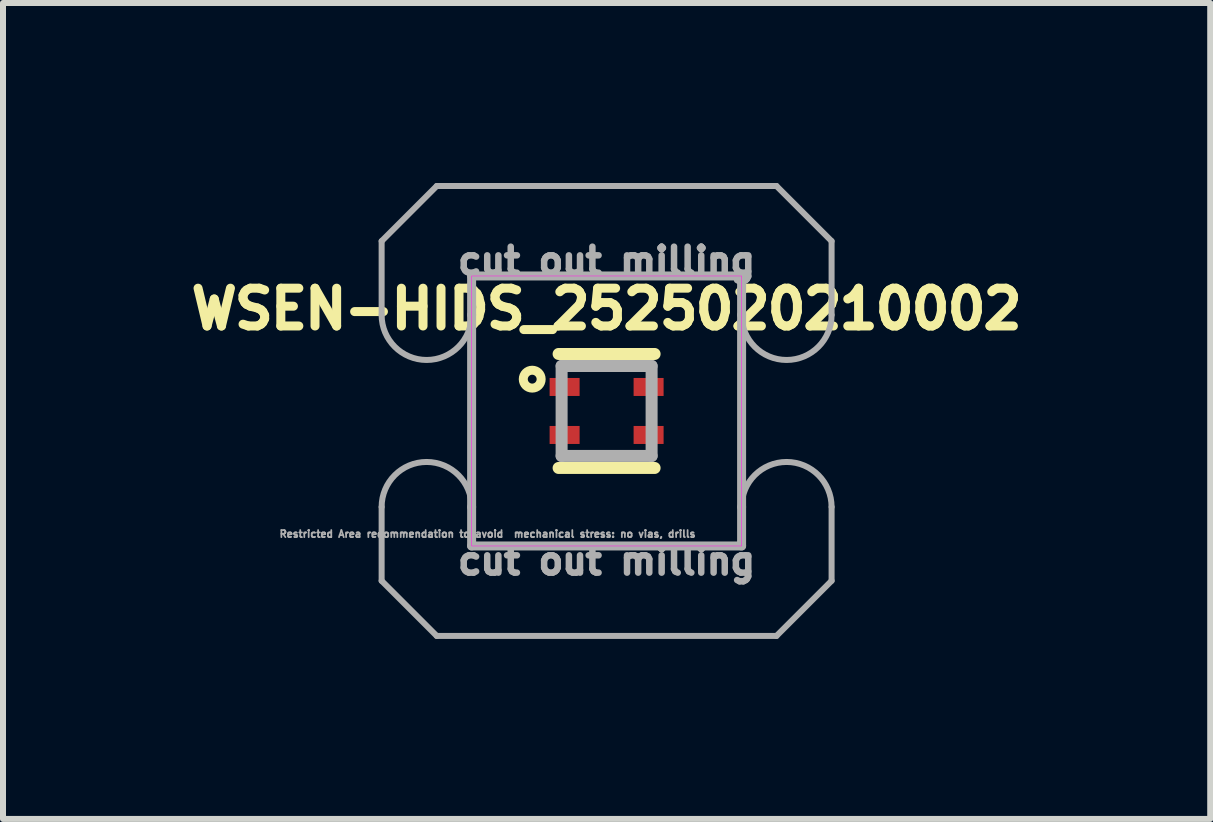
<source format=kicad_pcb>
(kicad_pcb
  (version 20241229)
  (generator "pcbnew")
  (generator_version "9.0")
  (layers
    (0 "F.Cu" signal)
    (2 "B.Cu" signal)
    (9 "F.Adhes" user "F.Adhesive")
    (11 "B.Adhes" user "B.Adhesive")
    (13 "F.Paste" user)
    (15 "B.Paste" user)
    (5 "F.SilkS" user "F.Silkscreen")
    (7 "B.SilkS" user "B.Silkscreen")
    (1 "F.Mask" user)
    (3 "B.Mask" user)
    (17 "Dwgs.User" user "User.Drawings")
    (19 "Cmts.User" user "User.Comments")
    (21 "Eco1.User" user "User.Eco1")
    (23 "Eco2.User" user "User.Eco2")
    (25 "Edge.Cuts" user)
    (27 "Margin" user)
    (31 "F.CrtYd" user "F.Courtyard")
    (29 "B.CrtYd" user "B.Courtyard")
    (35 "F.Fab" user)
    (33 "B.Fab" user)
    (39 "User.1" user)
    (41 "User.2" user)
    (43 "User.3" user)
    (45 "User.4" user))
  (footprint "WSEN-HIDS_2525020210002"
    (layer "F.Cu")
    (at 7.061 3.8)
    (property "Reference" "WSEN-HIDS_2525020210002" (at 0 -1.7 0) (layer "F.SilkS") (effects (font (size 0.63 0.63) (thickness 0.15))))
    (attr smd)
    (fp_line (start -0.8 -0.95) (end 0.8 -0.95) (stroke (width 0.2) (type solid)) (layer "F.SilkS"))
    (fp_line (start -0.8 0.95) (end 0.8 0.95) (stroke (width 0.2) (type solid)) (layer "F.SilkS"))
    (fp_circle (center -1.24 -0.53) (end -1.166 -0.53) (stroke (width 0.15) (type solid)) (fill no) (layer "F.SilkS"))
    (fp_poly (pts (xy -0.94 -0.54) (xy -0.46 -0.54) (xy -0.46 -0.26) (xy -0.94 -0.26)) (stroke (width 0.01) (type solid)) (fill yes) (layer "F.Paste"))
    (fp_poly (pts (xy -0.94 0.26) (xy -0.46 0.26) (xy -0.46 0.54) (xy -0.94 0.54)) (stroke (width 0.01) (type solid)) (fill yes) (layer "F.Paste"))
    (fp_poly (pts (xy 0.46 -0.54) (xy 0.94 -0.54) (xy 0.94 -0.26) (xy 0.46 -0.26)) (stroke (width 0.01) (type solid)) (fill yes) (layer "F.Paste"))
    (fp_poly (pts (xy 0.46 0.26) (xy 0.94 0.26) (xy 0.94 0.54) (xy 0.46 0.54)) (stroke (width 0.01) (type solid)) (fill yes) (layer "F.Paste"))
    (fp_poly (pts (xy -2.25 -2.25) (xy 2.25 -2.25) (xy 2.25 2.25) (xy -2.25 2.25)) (stroke (width 0.01) (type solid)) (fill no) (layer "F.CrtYd"))
    (fp_line (start -3.75 -2.831) (end -2.831 -3.75) (stroke (width 0.1) (type solid)) (layer "F.Fab"))
    (fp_line (start -3.75 -1.6) (end -3.75 -2.831) (stroke (width 0.1) (type solid)) (layer "F.Fab"))
    (fp_line (start -3.75 2.831) (end -3.75 1.6) (stroke (width 0.1) (type solid)) (layer "F.Fab"))
    (fp_line (start -2.831 -3.75) (end 2.831 -3.75) (stroke (width 0.1) (type solid)) (layer "F.Fab"))
    (fp_line (start -2.831 3.75) (end -3.75 2.831) (stroke (width 0.1) (type solid)) (layer "F.Fab"))
    (fp_line (start -2.25 -2.25) (end -2.25 -1.6) (stroke (width 0.15) (type solid)) (layer "F.Fab"))
    (fp_line (start -2.25 -2.179) (end -2.25 -1.6) (stroke (width 0.1) (type solid)) (layer "F.Fab"))
    (fp_line (start -2.25 -1.6) (end -2.25 1.6) (stroke (width 0.15) (type solid)) (layer "F.Fab"))
    (fp_line (start -2.25 1.6) (end -2.25 2.179) (stroke (width 0.1) (type solid)) (layer "F.Fab"))
    (fp_line (start -2.25 1.6) (end -2.25 2.25) (stroke (width 0.15) (type solid)) (layer "F.Fab"))
    (fp_line (start -2.25 2.179) (end -2.179 2.25) (stroke (width 0.1) (type solid)) (layer "F.Fab"))
    (fp_line (start -2.25 2.25) (end 2.25 2.25) (stroke (width 0.15) (type solid)) (layer "F.Fab"))
    (fp_line (start -2.179 -2.25) (end -2.25 -2.179) (stroke (width 0.1) (type solid)) (layer "F.Fab"))
    (fp_line (start -2.179 2.25) (end 2.179 2.25) (stroke (width 0.1) (type solid)) (layer "F.Fab"))
    (fp_line (start -0.75 -0.75) (end 0.75 -0.75) (stroke (width 0.2) (type solid)) (layer "F.Fab"))
    (fp_line (start -0.75 0.75) (end -0.75 -0.75) (stroke (width 0.2) (type solid)) (layer "F.Fab"))
    (fp_line (start 0.75 -0.75) (end 0.75 0.75) (stroke (width 0.2) (type solid)) (layer "F.Fab"))
    (fp_line (start 0.75 0.75) (end -0.75 0.75) (stroke (width 0.2) (type solid)) (layer "F.Fab"))
    (fp_line (start 2.179 -2.25) (end -2.179 -2.25) (stroke (width 0.1) (type solid)) (layer "F.Fab"))
    (fp_line (start 2.179 2.25) (end 2.25 2.179) (stroke (width 0.1) (type solid)) (layer "F.Fab"))
    (fp_line (start 2.25 -2.25) (end -2.25 -2.25) (stroke (width 0.15) (type solid)) (layer "F.Fab"))
    (fp_line (start 2.25 -2.25) (end 2.25 -1.6) (stroke (width 0.15) (type solid)) (layer "F.Fab"))
    (fp_line (start 2.25 -2.179) (end 2.179 -2.25) (stroke (width 0.1) (type solid)) (layer "F.Fab"))
    (fp_line (start 2.25 -1.6) (end 2.25 -2.179) (stroke (width 0.1) (type solid)) (layer "F.Fab"))
    (fp_line (start 2.25 -1.6) (end 2.25 1.6) (stroke (width 0.15) (type solid)) (layer "F.Fab"))
    (fp_line (start 2.25 1.6) (end 2.25 2.25) (stroke (width 0.15) (type solid)) (layer "F.Fab"))
    (fp_line (start 2.25 2.179) (end 2.25 1.6) (stroke (width 0.1) (type solid)) (layer "F.Fab"))
    (fp_line (start 2.831 -3.75) (end 3.75 -2.831) (stroke (width 0.1) (type solid)) (layer "F.Fab"))
    (fp_line (start 2.831 3.75) (end -2.831 3.75) (stroke (width 0.1) (type solid)) (layer "F.Fab"))
    (fp_line (start 3.75 -2.831) (end 3.75 -1.6) (stroke (width 0.1) (type solid)) (layer "F.Fab"))
    (fp_line (start 3.75 1.6) (end 3.75 2.831) (stroke (width 0.1) (type solid)) (layer "F.Fab"))
    (fp_line (start 3.75 2.831) (end 2.831 3.75) (stroke (width 0.1) (type solid)) (layer "F.Fab"))
    (fp_arc (start -3.75 1.6) (mid -3 0.85) (end -2.25 1.6) (stroke (width 0.1) (type solid)) (layer "F.Fab"))
    (fp_arc (start -2.25 -1.6) (mid -3 -0.85) (end -3.75 -1.6) (stroke (width 0.1) (type solid)) (layer "F.Fab"))
    (fp_arc (start 2.25 1.6) (mid 3 0.85) (end 3.75 1.6) (stroke (width 0.1) (type solid)) (layer "F.Fab"))
    (fp_arc (start 3.75 -1.6) (mid 3 -0.85) (end 2.25 -1.6) (stroke (width 0.1) (type solid)) (layer "F.Fab"))
    (fp_text user "Restricted Area recommendation to avoid  mechanical stress: no vias, drills" (at -1.985 2.05 0) (layer "F.Fab") (effects (font (size 0.118 0.118) (thickness 0.15))))
    (fp_text user "cut out milling" (at 0 2.5 0) (layer "F.Fab") (effects (font (size 0.433 0.433) (thickness 0.15))))
    (fp_text user "cut out milling" (at 0 -2.5 0) (layer "F.Fab") (effects (font (size 0.433 0.433) (thickness 0.15))))
    (pad "1" smd rect (at -0.7 -0.4) (size 0.5 0.3) (layers "F.Cu" "F.Mask"))
    (pad "2" smd rect (at -0.7 0.4) (size 0.5 0.3) (layers "F.Cu" "F.Mask"))
    (pad "3" smd rect (at 0.7 0.4) (size 0.5 0.3) (layers "F.Cu" "F.Mask"))
    (pad "4" smd rect (at 0.7 -0.4) (size 0.5 0.3) (layers "F.Cu" "F.Mask"))
    (zone (net_name "") (layer "F.Cu") (hatch full 0.508) (connect_pads) (min_thickness 0.01) (filled_areas_thickness no) (keepout (tracks not_allowed) (vias not_allowed) (pads not_allowed) (copperpour not_allowed) (footprints allowed)) (placement (enabled no)) (fill) (polygon (pts (xy 6.311 3.05) (xy 7.811 3.05) (xy 7.811 3.25) (xy 6.311 3.25))))
    (zone (net_name "") (layer "F.Cu") (hatch full 0.508) (connect_pads) (min_thickness 0.01) (filled_areas_thickness no) (keepout (tracks not_allowed) (vias not_allowed) (pads not_allowed) (copperpour not_allowed) (footprints allowed)) (placement (enabled no)) (fill) (polygon (pts (xy 6.311 3.55) (xy 6.611 3.55) (xy 6.611 4.05) (xy 6.311 4.05))))
    (zone (net_name "") (layer "F.Cu") (hatch full 0.508) (connect_pads) (min_thickness 0.01) (filled_areas_thickness no) (keepout (tracks not_allowed) (vias not_allowed) (pads not_allowed) (copperpour not_allowed) (footprints allowed)) (placement (enabled no)) (fill) (polygon (pts (xy 6.311 4.35) (xy 7.811 4.35) (xy 7.811 4.55) (xy 6.311 4.55))))
    (zone (net_name "") (layer "F.Cu") (hatch full 0.508) (connect_pads) (min_thickness 0.01) (filled_areas_thickness no) (keepout (tracks not_allowed) (vias not_allowed) (pads not_allowed) (copperpour not_allowed) (footprints allowed)) (placement (enabled no)) (fill) (polygon (pts (xy 6.611 4.35) (xy 6.611 3.25) (xy 7.511 3.25) (xy 7.511 4.35))))
    (zone (net_name "") (layer "F.Cu") (hatch full 0.508) (connect_pads) (min_thickness 0.01) (filled_areas_thickness no) (keepout (tracks not_allowed) (vias not_allowed) (pads not_allowed) (copperpour not_allowed) (footprints allowed)) (placement (enabled no)) (fill) (polygon (pts (xy 7.511 3.55) (xy 7.811 3.55) (xy 7.811 4.05) (xy 7.511 4.05)))))
  (gr_rect
    (start -3 -3)
    (end 17.122 10.6)
    (stroke (width 0.1) (type default))
    (fill no)
    (layer "Edge.Cuts")))
</source>
